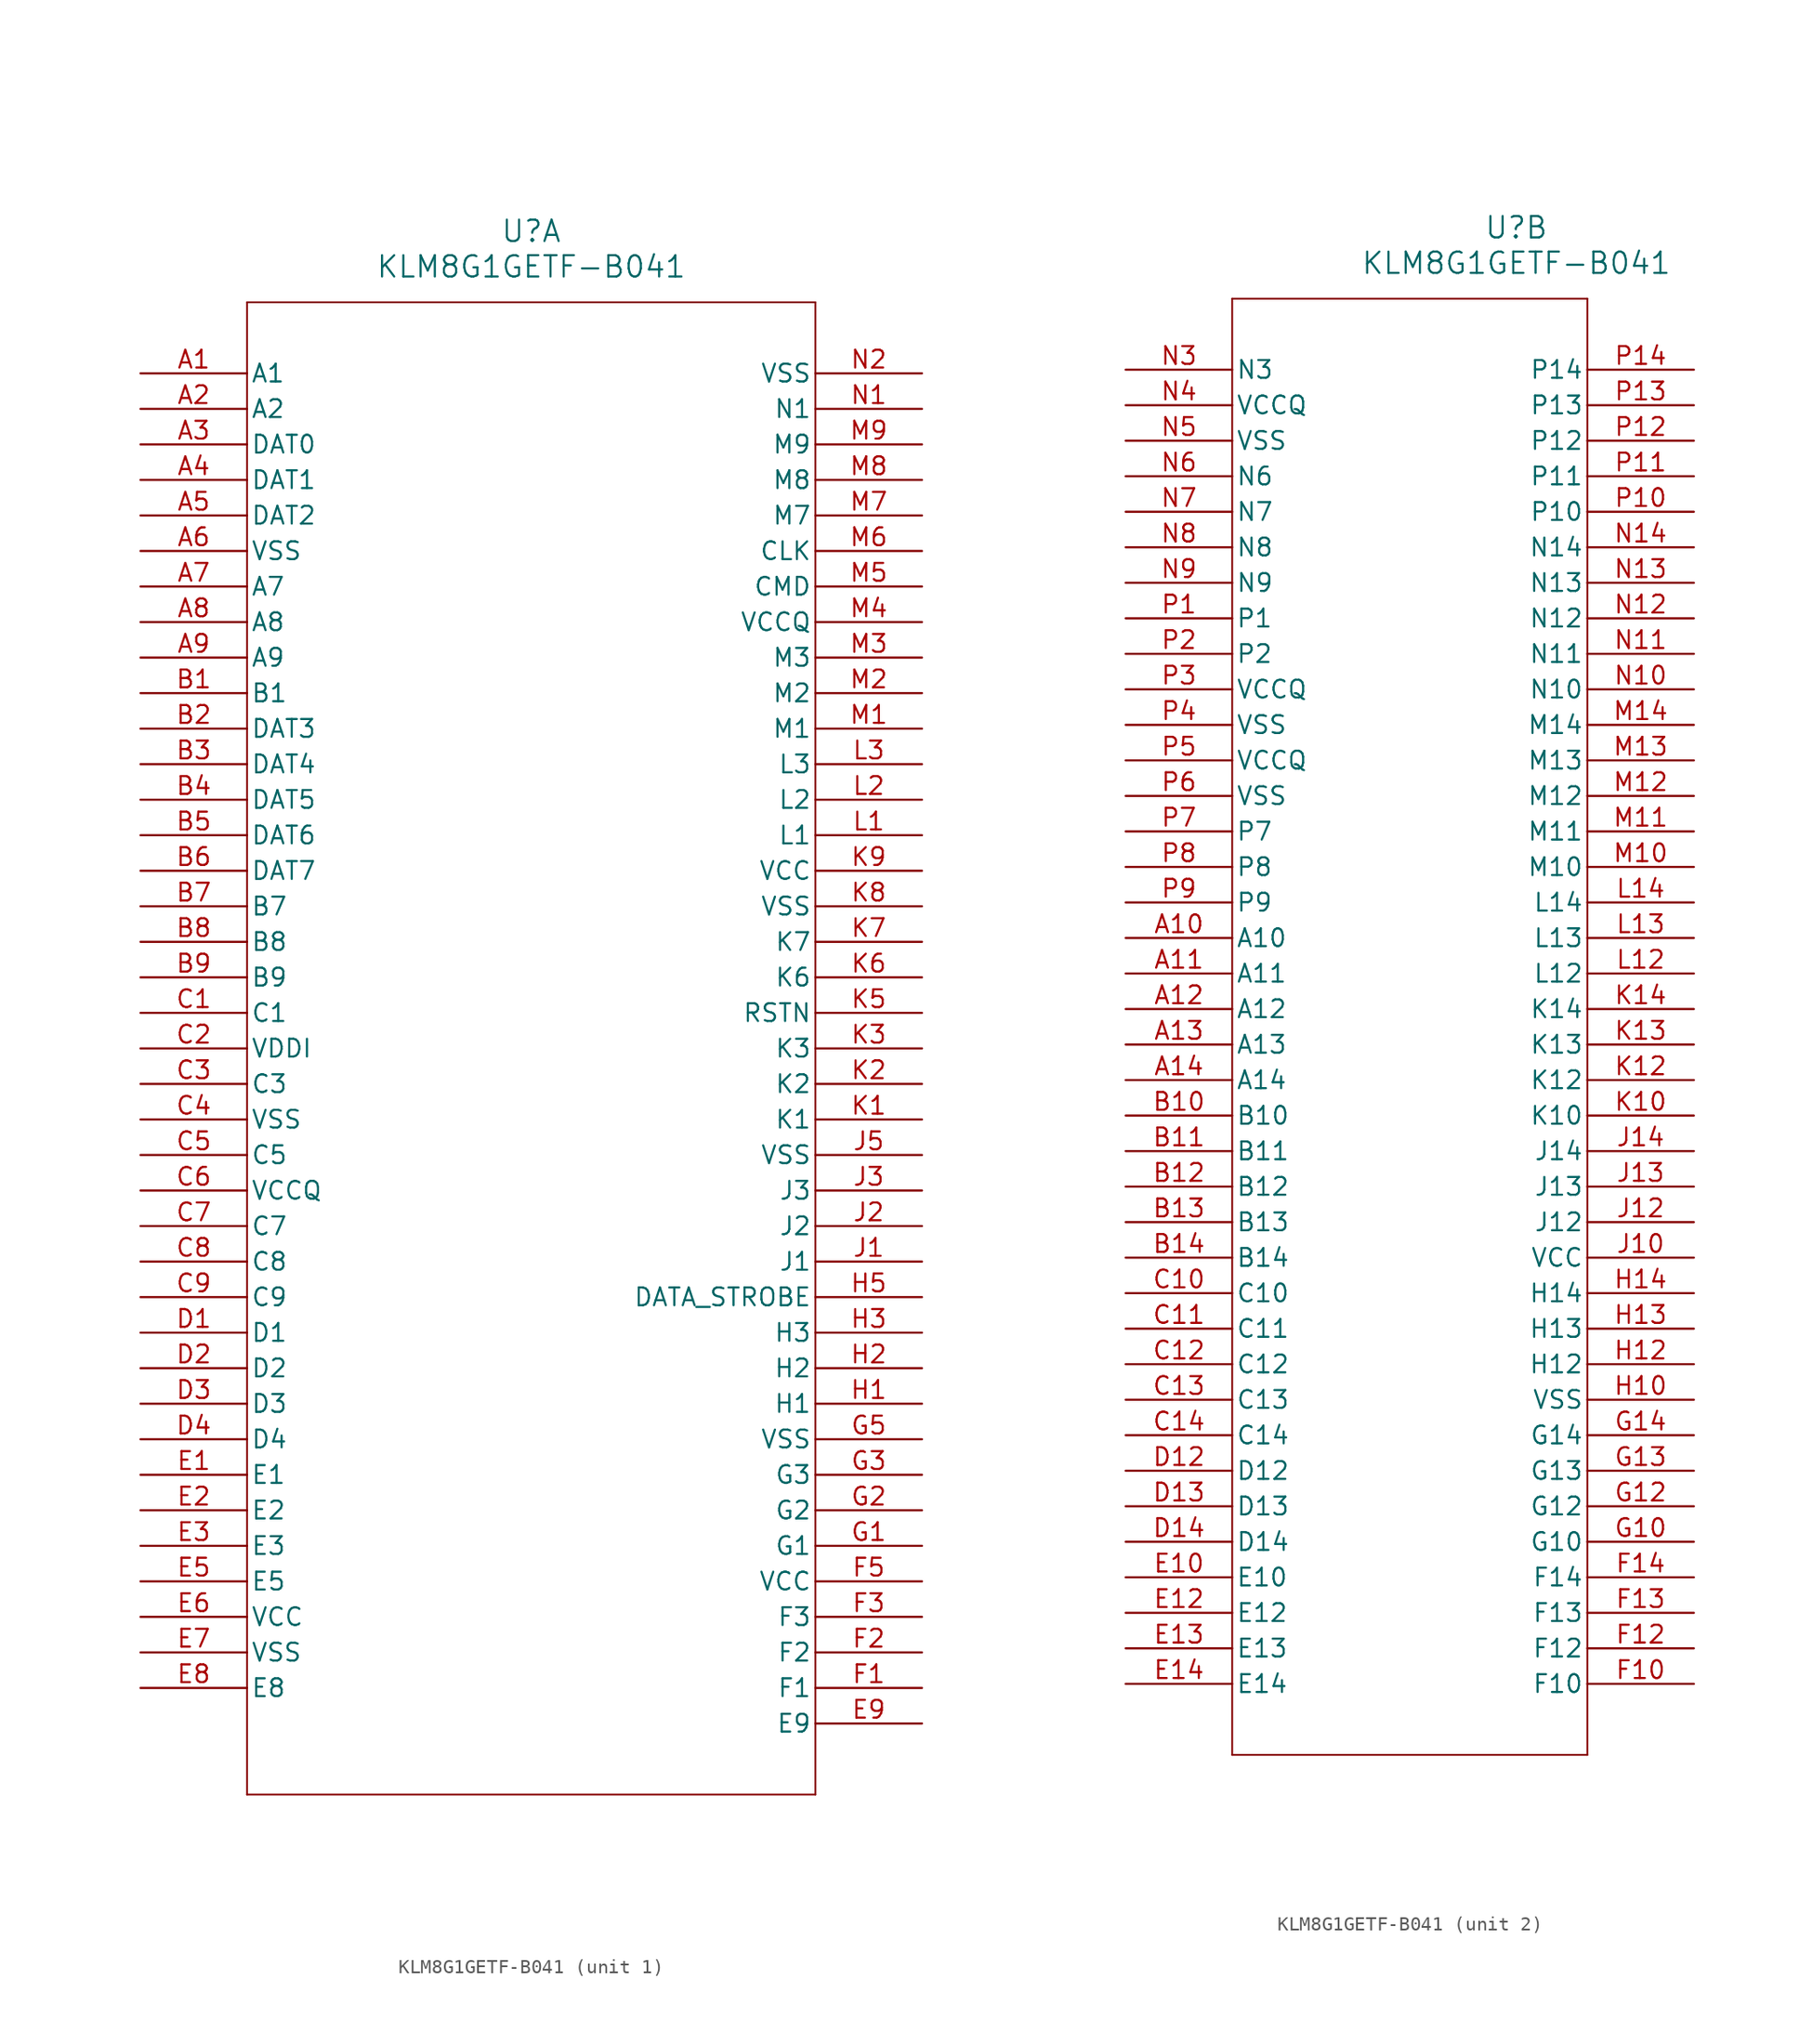
<source format=kicad_sym>
(kicad_symbol_lib
  (version 20211014)
  (generator kicad_symbol_editor)
  (symbol "KLM8G1GETF-B041"
    (pin_names
      (offset 0.254))
    (property "Reference" "U"
      (at 27.94 10.16 0)
      (effects (font (size 1.524 1.524))))
    (property "Value" "KLM8G1GETF-B041"
      (at 27.94 7.62 0)
      (effects (font (size 1.524 1.524))))
    (symbol "KLM8G1GETF-B041_1_1"
      (polyline (pts (xy 7.62 5.08) (xy 7.62 -101.6)) (stroke (width 0.127) (type default) (color 0 0 0 0)) (fill (type none)))
      (polyline (pts (xy 7.62 -101.6) (xy 48.26 -101.6)) (stroke (width 0.127) (type default) (color 0 0 0 0)) (fill (type none)))
      (polyline (pts (xy 48.26 -101.6) (xy 48.26 5.08)) (stroke (width 0.127) (type default) (color 0 0 0 0)) (fill (type none)))
      (polyline (pts (xy 48.26 5.08) (xy 7.62 5.08)) (stroke (width 0.127) (type default) (color 0 0 0 0)) (fill (type none)))
      (pin bidirectional line (at 0 0 0) (length 7.62) (name "A1" (effects (font (size 1.27 1.27)))) (number "A1" (effects (font (size 1.27 1.27)))))
      (pin bidirectional line (at 0 -2.54 0) (length 7.62) (name "A2" (effects (font (size 1.27 1.27)))) (number "A2" (effects (font (size 1.27 1.27)))))
      (pin bidirectional line (at 0 -5.08 0) (length 7.62) (name "DAT0" (effects (font (size 1.27 1.27)))) (number "A3" (effects (font (size 1.27 1.27)))))
      (pin bidirectional line (at 0 -7.62 0) (length 7.62) (name "DAT1" (effects (font (size 1.27 1.27)))) (number "A4" (effects (font (size 1.27 1.27)))))
      (pin bidirectional line (at 0 -10.16 0) (length 7.62) (name "DAT2" (effects (font (size 1.27 1.27)))) (number "A5" (effects (font (size 1.27 1.27)))))
      (pin power_out line (at 0 -12.7 0) (length 7.62) (name "VSS" (effects (font (size 1.27 1.27)))) (number "A6" (effects (font (size 1.27 1.27)))))
      (pin bidirectional line (at 0 -15.24 0) (length 7.62) (name "A7" (effects (font (size 1.27 1.27)))) (number "A7" (effects (font (size 1.27 1.27)))))
      (pin bidirectional line (at 0 -17.78 0) (length 7.62) (name "A8" (effects (font (size 1.27 1.27)))) (number "A8" (effects (font (size 1.27 1.27)))))
      (pin bidirectional line (at 0 -20.32 0) (length 7.62) (name "A9" (effects (font (size 1.27 1.27)))) (number "A9" (effects (font (size 1.27 1.27)))))
      (pin bidirectional line (at 0 -22.86 0) (length 7.62) (name "B1" (effects (font (size 1.27 1.27)))) (number "B1" (effects (font (size 1.27 1.27)))))
      (pin bidirectional line (at 0 -25.4 0) (length 7.62) (name "DAT3" (effects (font (size 1.27 1.27)))) (number "B2" (effects (font (size 1.27 1.27)))))
      (pin bidirectional line (at 0 -27.94 0) (length 7.62) (name "DAT4" (effects (font (size 1.27 1.27)))) (number "B3" (effects (font (size 1.27 1.27)))))
      (pin bidirectional line (at 0 -30.48 0) (length 7.62) (name "DAT5" (effects (font (size 1.27 1.27)))) (number "B4" (effects (font (size 1.27 1.27)))))
      (pin bidirectional line (at 0 -33.02 0) (length 7.62) (name "DAT6" (effects (font (size 1.27 1.27)))) (number "B5" (effects (font (size 1.27 1.27)))))
      (pin bidirectional line (at 0 -35.56 0) (length 7.62) (name "DAT7" (effects (font (size 1.27 1.27)))) (number "B6" (effects (font (size 1.27 1.27)))))
      (pin bidirectional line (at 0 -38.1 0) (length 7.62) (name "B7" (effects (font (size 1.27 1.27)))) (number "B7" (effects (font (size 1.27 1.27)))))
      (pin bidirectional line (at 0 -40.64 0) (length 7.62) (name "B8" (effects (font (size 1.27 1.27)))) (number "B8" (effects (font (size 1.27 1.27)))))
      (pin bidirectional line (at 0 -43.18 0) (length 7.62) (name "B9" (effects (font (size 1.27 1.27)))) (number "B9" (effects (font (size 1.27 1.27)))))
      (pin bidirectional line (at 0 -45.72 0) (length 7.62) (name "C1" (effects (font (size 1.27 1.27)))) (number "C1" (effects (font (size 1.27 1.27)))))
      (pin power_in line (at 0 -48.26 0) (length 7.62) (name "VDDI" (effects (font (size 1.27 1.27)))) (number "C2" (effects (font (size 1.27 1.27)))))
      (pin bidirectional line (at 0 -50.8 0) (length 7.62) (name "C3" (effects (font (size 1.27 1.27)))) (number "C3" (effects (font (size 1.27 1.27)))))
      (pin power_out line (at 0 -53.34 0) (length 7.62) (name "VSS" (effects (font (size 1.27 1.27)))) (number "C4" (effects (font (size 1.27 1.27)))))
      (pin bidirectional line (at 0 -55.88 0) (length 7.62) (name "C5" (effects (font (size 1.27 1.27)))) (number "C5" (effects (font (size 1.27 1.27)))))
      (pin power_in line (at 0 -58.42 0) (length 7.62) (name "VCCQ" (effects (font (size 1.27 1.27)))) (number "C6" (effects (font (size 1.27 1.27)))))
      (pin bidirectional line (at 0 -60.96 0) (length 7.62) (name "C7" (effects (font (size 1.27 1.27)))) (number "C7" (effects (font (size 1.27 1.27)))))
      (pin bidirectional line (at 0 -63.5 0) (length 7.62) (name "C8" (effects (font (size 1.27 1.27)))) (number "C8" (effects (font (size 1.27 1.27)))))
      (pin bidirectional line (at 0 -66.04 0) (length 7.62) (name "C9" (effects (font (size 1.27 1.27)))) (number "C9" (effects (font (size 1.27 1.27)))))
      (pin bidirectional line (at 0 -68.58 0) (length 7.62) (name "D1" (effects (font (size 1.27 1.27)))) (number "D1" (effects (font (size 1.27 1.27)))))
      (pin bidirectional line (at 0 -71.12 0) (length 7.62) (name "D2" (effects (font (size 1.27 1.27)))) (number "D2" (effects (font (size 1.27 1.27)))))
      (pin bidirectional line (at 0 -73.66 0) (length 7.62) (name "D3" (effects (font (size 1.27 1.27)))) (number "D3" (effects (font (size 1.27 1.27)))))
      (pin bidirectional line (at 0 -76.2 0) (length 7.62) (name "D4" (effects (font (size 1.27 1.27)))) (number "D4" (effects (font (size 1.27 1.27)))))
      (pin bidirectional line (at 0 -78.74 0) (length 7.62) (name "E1" (effects (font (size 1.27 1.27)))) (number "E1" (effects (font (size 1.27 1.27)))))
      (pin bidirectional line (at 0 -81.28 0) (length 7.62) (name "E2" (effects (font (size 1.27 1.27)))) (number "E2" (effects (font (size 1.27 1.27)))))
      (pin bidirectional line (at 0 -83.82 0) (length 7.62) (name "E3" (effects (font (size 1.27 1.27)))) (number "E3" (effects (font (size 1.27 1.27)))))
      (pin bidirectional line (at 0 -86.36 0) (length 7.62) (name "E5" (effects (font (size 1.27 1.27)))) (number "E5" (effects (font (size 1.27 1.27)))))
      (pin power_in line (at 0 -88.9 0) (length 7.62) (name "VCC" (effects (font (size 1.27 1.27)))) (number "E6" (effects (font (size 1.27 1.27)))))
      (pin power_out line (at 0 -91.44 0) (length 7.62) (name "VSS" (effects (font (size 1.27 1.27)))) (number "E7" (effects (font (size 1.27 1.27)))))
      (pin bidirectional line (at 0 -93.98 0) (length 7.62) (name "E8" (effects (font (size 1.27 1.27)))) (number "E8" (effects (font (size 1.27 1.27)))))
      (pin bidirectional line (at 55.88 -96.52 180) (length 7.62) (name "E9" (effects (font (size 1.27 1.27)))) (number "E9" (effects (font (size 1.27 1.27)))))
      (pin bidirectional line (at 55.88 -93.98 180) (length 7.62) (name "F1" (effects (font (size 1.27 1.27)))) (number "F1" (effects (font (size 1.27 1.27)))))
      (pin bidirectional line (at 55.88 -91.44 180) (length 7.62) (name "F2" (effects (font (size 1.27 1.27)))) (number "F2" (effects (font (size 1.27 1.27)))))
      (pin bidirectional line (at 55.88 -88.9 180) (length 7.62) (name "F3" (effects (font (size 1.27 1.27)))) (number "F3" (effects (font (size 1.27 1.27)))))
      (pin power_in line (at 55.88 -86.36 180) (length 7.62) (name "VCC" (effects (font (size 1.27 1.27)))) (number "F5" (effects (font (size 1.27 1.27)))))
      (pin bidirectional line (at 55.88 -83.82 180) (length 7.62) (name "G1" (effects (font (size 1.27 1.27)))) (number "G1" (effects (font (size 1.27 1.27)))))
      (pin bidirectional line (at 55.88 -81.28 180) (length 7.62) (name "G2" (effects (font (size 1.27 1.27)))) (number "G2" (effects (font (size 1.27 1.27)))))
      (pin bidirectional line (at 55.88 -78.74 180) (length 7.62) (name "G3" (effects (font (size 1.27 1.27)))) (number "G3" (effects (font (size 1.27 1.27)))))
      (pin power_out line (at 55.88 -76.2 180) (length 7.62) (name "VSS" (effects (font (size 1.27 1.27)))) (number "G5" (effects (font (size 1.27 1.27)))))
      (pin bidirectional line (at 55.88 -73.66 180) (length 7.62) (name "H1" (effects (font (size 1.27 1.27)))) (number "H1" (effects (font (size 1.27 1.27)))))
      (pin bidirectional line (at 55.88 -71.12 180) (length 7.62) (name "H2" (effects (font (size 1.27 1.27)))) (number "H2" (effects (font (size 1.27 1.27)))))
      (pin bidirectional line (at 55.88 -68.58 180) (length 7.62) (name "H3" (effects (font (size 1.27 1.27)))) (number "H3" (effects (font (size 1.27 1.27)))))
      (pin unspecified line (at 55.88 -66.04 180) (length 7.62) (name "DATA STROBE" (effects (font (size 1.27 1.27)))) (number "H5" (effects (font (size 1.27 1.27)))))
      (pin bidirectional line (at 55.88 -63.5 180) (length 7.62) (name "J1" (effects (font (size 1.27 1.27)))) (number "J1" (effects (font (size 1.27 1.27)))))
      (pin bidirectional line (at 55.88 -60.96 180) (length 7.62) (name "J2" (effects (font (size 1.27 1.27)))) (number "J2" (effects (font (size 1.27 1.27)))))
      (pin bidirectional line (at 55.88 -58.42 180) (length 7.62) (name "J3" (effects (font (size 1.27 1.27)))) (number "J3" (effects (font (size 1.27 1.27)))))
      (pin power_out line (at 55.88 -55.88 180) (length 7.62) (name "VSS" (effects (font (size 1.27 1.27)))) (number "J5" (effects (font (size 1.27 1.27)))))
      (pin bidirectional line (at 55.88 -53.34 180) (length 7.62) (name "K1" (effects (font (size 1.27 1.27)))) (number "K1" (effects (font (size 1.27 1.27)))))
      (pin bidirectional line (at 55.88 -50.8 180) (length 7.62) (name "K2" (effects (font (size 1.27 1.27)))) (number "K2" (effects (font (size 1.27 1.27)))))
      (pin bidirectional line (at 55.88 -48.26 180) (length 7.62) (name "K3" (effects (font (size 1.27 1.27)))) (number "K3" (effects (font (size 1.27 1.27)))))
      (pin unspecified line (at 55.88 -45.72 180) (length 7.62) (name "RSTN" (effects (font (size 1.27 1.27)))) (number "K5" (effects (font (size 1.27 1.27)))))
      (pin bidirectional line (at 55.88 -43.18 180) (length 7.62) (name "K6" (effects (font (size 1.27 1.27)))) (number "K6" (effects (font (size 1.27 1.27)))))
      (pin bidirectional line (at 55.88 -40.64 180) (length 7.62) (name "K7" (effects (font (size 1.27 1.27)))) (number "K7" (effects (font (size 1.27 1.27)))))
      (pin power_out line (at 55.88 -38.1 180) (length 7.62) (name "VSS" (effects (font (size 1.27 1.27)))) (number "K8" (effects (font (size 1.27 1.27)))))
      (pin power_in line (at 55.88 -35.56 180) (length 7.62) (name "VCC" (effects (font (size 1.27 1.27)))) (number "K9" (effects (font (size 1.27 1.27)))))
      (pin bidirectional line (at 55.88 -33.02 180) (length 7.62) (name "L1" (effects (font (size 1.27 1.27)))) (number "L1" (effects (font (size 1.27 1.27)))))
      (pin bidirectional line (at 55.88 -30.48 180) (length 7.62) (name "L2" (effects (font (size 1.27 1.27)))) (number "L2" (effects (font (size 1.27 1.27)))))
      (pin bidirectional line (at 55.88 -27.94 180) (length 7.62) (name "L3" (effects (font (size 1.27 1.27)))) (number "L3" (effects (font (size 1.27 1.27)))))
      (pin bidirectional line (at 55.88 -25.4 180) (length 7.62) (name "M1" (effects (font (size 1.27 1.27)))) (number "M1" (effects (font (size 1.27 1.27)))))
      (pin bidirectional line (at 55.88 -22.86 180) (length 7.62) (name "M2" (effects (font (size 1.27 1.27)))) (number "M2" (effects (font (size 1.27 1.27)))))
      (pin bidirectional line (at 55.88 -20.32 180) (length 7.62) (name "M3" (effects (font (size 1.27 1.27)))) (number "M3" (effects (font (size 1.27 1.27)))))
      (pin power_in line (at 55.88 -17.78 180) (length 7.62) (name "VCCQ" (effects (font (size 1.27 1.27)))) (number "M4" (effects (font (size 1.27 1.27)))))
      (pin unspecified line (at 55.88 -15.24 180) (length 7.62) (name "CMD" (effects (font (size 1.27 1.27)))) (number "M5" (effects (font (size 1.27 1.27)))))
      (pin unspecified line (at 55.88 -12.7 180) (length 7.62) (name "CLK" (effects (font (size 1.27 1.27)))) (number "M6" (effects (font (size 1.27 1.27)))))
      (pin bidirectional line (at 55.88 -10.16 180) (length 7.62) (name "M7" (effects (font (size 1.27 1.27)))) (number "M7" (effects (font (size 1.27 1.27)))))
      (pin bidirectional line (at 55.88 -7.62 180) (length 7.62) (name "M8" (effects (font (size 1.27 1.27)))) (number "M8" (effects (font (size 1.27 1.27)))))
      (pin bidirectional line (at 55.88 -5.08 180) (length 7.62) (name "M9" (effects (font (size 1.27 1.27)))) (number "M9" (effects (font (size 1.27 1.27)))))
      (pin bidirectional line (at 55.88 -2.54 180) (length 7.62) (name "N1" (effects (font (size 1.27 1.27)))) (number "N1" (effects (font (size 1.27 1.27)))))
      (pin power_out line (at 55.88 0 180) (length 7.62) (name "VSS" (effects (font (size 1.27 1.27)))) (number "N2" (effects (font (size 1.27 1.27))))))
    (symbol "KLM8G1GETF-B041_2_1"
      (polyline (pts (xy 7.62 5.08) (xy 7.62 -99.06)) (stroke (width 0.127) (type default) (color 0 0 0 0)) (fill (type none)))
      (polyline (pts (xy 7.62 -99.06) (xy 33.02 -99.06)) (stroke (width 0.127) (type default) (color 0 0 0 0)) (fill (type none)))
      (polyline (pts (xy 33.02 -99.06) (xy 33.02 5.08)) (stroke (width 0.127) (type default) (color 0 0 0 0)) (fill (type none)))
      (polyline (pts (xy 33.02 5.08) (xy 7.62 5.08)) (stroke (width 0.127) (type default) (color 0 0 0 0)) (fill (type none)))
      (pin bidirectional line (at 0 0 0) (length 7.62) (name "N3" (effects (font (size 1.27 1.27)))) (number "N3" (effects (font (size 1.27 1.27)))))
      (pin power_in line (at 0 -2.54 0) (length 7.62) (name "VCCQ" (effects (font (size 1.27 1.27)))) (number "N4" (effects (font (size 1.27 1.27)))))
      (pin power_out line (at 0 -5.08 0) (length 7.62) (name "VSS" (effects (font (size 1.27 1.27)))) (number "N5" (effects (font (size 1.27 1.27)))))
      (pin bidirectional line (at 0 -7.62 0) (length 7.62) (name "N6" (effects (font (size 1.27 1.27)))) (number "N6" (effects (font (size 1.27 1.27)))))
      (pin bidirectional line (at 0 -10.16 0) (length 7.62) (name "N7" (effects (font (size 1.27 1.27)))) (number "N7" (effects (font (size 1.27 1.27)))))
      (pin bidirectional line (at 0 -12.7 0) (length 7.62) (name "N8" (effects (font (size 1.27 1.27)))) (number "N8" (effects (font (size 1.27 1.27)))))
      (pin bidirectional line (at 0 -15.24 0) (length 7.62) (name "N9" (effects (font (size 1.27 1.27)))) (number "N9" (effects (font (size 1.27 1.27)))))
      (pin bidirectional line (at 0 -17.78 0) (length 7.62) (name "P1" (effects (font (size 1.27 1.27)))) (number "P1" (effects (font (size 1.27 1.27)))))
      (pin bidirectional line (at 0 -20.32 0) (length 7.62) (name "P2" (effects (font (size 1.27 1.27)))) (number "P2" (effects (font (size 1.27 1.27)))))
      (pin power_in line (at 0 -22.86 0) (length 7.62) (name "VCCQ" (effects (font (size 1.27 1.27)))) (number "P3" (effects (font (size 1.27 1.27)))))
      (pin power_out line (at 0 -25.4 0) (length 7.62) (name "VSS" (effects (font (size 1.27 1.27)))) (number "P4" (effects (font (size 1.27 1.27)))))
      (pin power_in line (at 0 -27.94 0) (length 7.62) (name "VCCQ" (effects (font (size 1.27 1.27)))) (number "P5" (effects (font (size 1.27 1.27)))))
      (pin power_out line (at 0 -30.48 0) (length 7.62) (name "VSS" (effects (font (size 1.27 1.27)))) (number "P6" (effects (font (size 1.27 1.27)))))
      (pin bidirectional line (at 0 -33.02 0) (length 7.62) (name "P7" (effects (font (size 1.27 1.27)))) (number "P7" (effects (font (size 1.27 1.27)))))
      (pin bidirectional line (at 0 -35.56 0) (length 7.62) (name "P8" (effects (font (size 1.27 1.27)))) (number "P8" (effects (font (size 1.27 1.27)))))
      (pin bidirectional line (at 0 -38.1 0) (length 7.62) (name "P9" (effects (font (size 1.27 1.27)))) (number "P9" (effects (font (size 1.27 1.27)))))
      (pin bidirectional line (at 0 -40.64 0) (length 7.62) (name "A10" (effects (font (size 1.27 1.27)))) (number "A10" (effects (font (size 1.27 1.27)))))
      (pin bidirectional line (at 0 -43.18 0) (length 7.62) (name "A11" (effects (font (size 1.27 1.27)))) (number "A11" (effects (font (size 1.27 1.27)))))
      (pin bidirectional line (at 0 -45.72 0) (length 7.62) (name "A12" (effects (font (size 1.27 1.27)))) (number "A12" (effects (font (size 1.27 1.27)))))
      (pin bidirectional line (at 0 -48.26 0) (length 7.62) (name "A13" (effects (font (size 1.27 1.27)))) (number "A13" (effects (font (size 1.27 1.27)))))
      (pin bidirectional line (at 0 -50.8 0) (length 7.62) (name "A14" (effects (font (size 1.27 1.27)))) (number "A14" (effects (font (size 1.27 1.27)))))
      (pin bidirectional line (at 0 -53.34 0) (length 7.62) (name "B10" (effects (font (size 1.27 1.27)))) (number "B10" (effects (font (size 1.27 1.27)))))
      (pin bidirectional line (at 0 -55.88 0) (length 7.62) (name "B11" (effects (font (size 1.27 1.27)))) (number "B11" (effects (font (size 1.27 1.27)))))
      (pin bidirectional line (at 0 -58.42 0) (length 7.62) (name "B12" (effects (font (size 1.27 1.27)))) (number "B12" (effects (font (size 1.27 1.27)))))
      (pin bidirectional line (at 0 -60.96 0) (length 7.62) (name "B13" (effects (font (size 1.27 1.27)))) (number "B13" (effects (font (size 1.27 1.27)))))
      (pin bidirectional line (at 0 -63.5 0) (length 7.62) (name "B14" (effects (font (size 1.27 1.27)))) (number "B14" (effects (font (size 1.27 1.27)))))
      (pin bidirectional line (at 0 -66.04 0) (length 7.62) (name "C10" (effects (font (size 1.27 1.27)))) (number "C10" (effects (font (size 1.27 1.27)))))
      (pin bidirectional line (at 0 -68.58 0) (length 7.62) (name "C11" (effects (font (size 1.27 1.27)))) (number "C11" (effects (font (size 1.27 1.27)))))
      (pin bidirectional line (at 0 -71.12 0) (length 7.62) (name "C12" (effects (font (size 1.27 1.27)))) (number "C12" (effects (font (size 1.27 1.27)))))
      (pin bidirectional line (at 0 -73.66 0) (length 7.62) (name "C13" (effects (font (size 1.27 1.27)))) (number "C13" (effects (font (size 1.27 1.27)))))
      (pin bidirectional line (at 0 -76.2 0) (length 7.62) (name "C14" (effects (font (size 1.27 1.27)))) (number "C14" (effects (font (size 1.27 1.27)))))
      (pin bidirectional line (at 0 -78.74 0) (length 7.62) (name "D12" (effects (font (size 1.27 1.27)))) (number "D12" (effects (font (size 1.27 1.27)))))
      (pin bidirectional line (at 0 -81.28 0) (length 7.62) (name "D13" (effects (font (size 1.27 1.27)))) (number "D13" (effects (font (size 1.27 1.27)))))
      (pin bidirectional line (at 0 -83.82 0) (length 7.62) (name "D14" (effects (font (size 1.27 1.27)))) (number "D14" (effects (font (size 1.27 1.27)))))
      (pin bidirectional line (at 0 -86.36 0) (length 7.62) (name "E10" (effects (font (size 1.27 1.27)))) (number "E10" (effects (font (size 1.27 1.27)))))
      (pin bidirectional line (at 0 -88.9 0) (length 7.62) (name "E12" (effects (font (size 1.27 1.27)))) (number "E12" (effects (font (size 1.27 1.27)))))
      (pin bidirectional line (at 0 -91.44 0) (length 7.62) (name "E13" (effects (font (size 1.27 1.27)))) (number "E13" (effects (font (size 1.27 1.27)))))
      (pin bidirectional line (at 0 -93.98 0) (length 7.62) (name "E14" (effects (font (size 1.27 1.27)))) (number "E14" (effects (font (size 1.27 1.27)))))
      (pin bidirectional line (at 40.64 -93.98 180) (length 7.62) (name "F10" (effects (font (size 1.27 1.27)))) (number "F10" (effects (font (size 1.27 1.27)))))
      (pin bidirectional line (at 40.64 -91.44 180) (length 7.62) (name "F12" (effects (font (size 1.27 1.27)))) (number "F12" (effects (font (size 1.27 1.27)))))
      (pin bidirectional line (at 40.64 -88.9 180) (length 7.62) (name "F13" (effects (font (size 1.27 1.27)))) (number "F13" (effects (font (size 1.27 1.27)))))
      (pin bidirectional line (at 40.64 -86.36 180) (length 7.62) (name "F14" (effects (font (size 1.27 1.27)))) (number "F14" (effects (font (size 1.27 1.27)))))
      (pin bidirectional line (at 40.64 -83.82 180) (length 7.62) (name "G10" (effects (font (size 1.27 1.27)))) (number "G10" (effects (font (size 1.27 1.27)))))
      (pin bidirectional line (at 40.64 -81.28 180) (length 7.62) (name "G12" (effects (font (size 1.27 1.27)))) (number "G12" (effects (font (size 1.27 1.27)))))
      (pin bidirectional line (at 40.64 -78.74 180) (length 7.62) (name "G13" (effects (font (size 1.27 1.27)))) (number "G13" (effects (font (size 1.27 1.27)))))
      (pin bidirectional line (at 40.64 -76.2 180) (length 7.62) (name "G14" (effects (font (size 1.27 1.27)))) (number "G14" (effects (font (size 1.27 1.27)))))
      (pin power_out line (at 40.64 -73.66 180) (length 7.62) (name "VSS" (effects (font (size 1.27 1.27)))) (number "H10" (effects (font (size 1.27 1.27)))))
      (pin bidirectional line (at 40.64 -71.12 180) (length 7.62) (name "H12" (effects (font (size 1.27 1.27)))) (number "H12" (effects (font (size 1.27 1.27)))))
      (pin bidirectional line (at 40.64 -68.58 180) (length 7.62) (name "H13" (effects (font (size 1.27 1.27)))) (number "H13" (effects (font (size 1.27 1.27)))))
      (pin bidirectional line (at 40.64 -66.04 180) (length 7.62) (name "H14" (effects (font (size 1.27 1.27)))) (number "H14" (effects (font (size 1.27 1.27)))))
      (pin power_in line (at 40.64 -63.5 180) (length 7.62) (name "VCC" (effects (font (size 1.27 1.27)))) (number "J10" (effects (font (size 1.27 1.27)))))
      (pin bidirectional line (at 40.64 -60.96 180) (length 7.62) (name "J12" (effects (font (size 1.27 1.27)))) (number "J12" (effects (font (size 1.27 1.27)))))
      (pin bidirectional line (at 40.64 -58.42 180) (length 7.62) (name "J13" (effects (font (size 1.27 1.27)))) (number "J13" (effects (font (size 1.27 1.27)))))
      (pin bidirectional line (at 40.64 -55.88 180) (length 7.62) (name "J14" (effects (font (size 1.27 1.27)))) (number "J14" (effects (font (size 1.27 1.27)))))
      (pin bidirectional line (at 40.64 -53.34 180) (length 7.62) (name "K10" (effects (font (size 1.27 1.27)))) (number "K10" (effects (font (size 1.27 1.27)))))
      (pin bidirectional line (at 40.64 -50.8 180) (length 7.62) (name "K12" (effects (font (size 1.27 1.27)))) (number "K12" (effects (font (size 1.27 1.27)))))
      (pin bidirectional line (at 40.64 -48.26 180) (length 7.62) (name "K13" (effects (font (size 1.27 1.27)))) (number "K13" (effects (font (size 1.27 1.27)))))
      (pin bidirectional line (at 40.64 -45.72 180) (length 7.62) (name "K14" (effects (font (size 1.27 1.27)))) (number "K14" (effects (font (size 1.27 1.27)))))
      (pin bidirectional line (at 40.64 -43.18 180) (length 7.62) (name "L12" (effects (font (size 1.27 1.27)))) (number "L12" (effects (font (size 1.27 1.27)))))
      (pin bidirectional line (at 40.64 -40.64 180) (length 7.62) (name "L13" (effects (font (size 1.27 1.27)))) (number "L13" (effects (font (size 1.27 1.27)))))
      (pin bidirectional line (at 40.64 -38.1 180) (length 7.62) (name "L14" (effects (font (size 1.27 1.27)))) (number "L14" (effects (font (size 1.27 1.27)))))
      (pin bidirectional line (at 40.64 -35.56 180) (length 7.62) (name "M10" (effects (font (size 1.27 1.27)))) (number "M10" (effects (font (size 1.27 1.27)))))
      (pin bidirectional line (at 40.64 -33.02 180) (length 7.62) (name "M11" (effects (font (size 1.27 1.27)))) (number "M11" (effects (font (size 1.27 1.27)))))
      (pin bidirectional line (at 40.64 -30.48 180) (length 7.62) (name "M12" (effects (font (size 1.27 1.27)))) (number "M12" (effects (font (size 1.27 1.27)))))
      (pin bidirectional line (at 40.64 -27.94 180) (length 7.62) (name "M13" (effects (font (size 1.27 1.27)))) (number "M13" (effects (font (size 1.27 1.27)))))
      (pin bidirectional line (at 40.64 -25.4 180) (length 7.62) (name "M14" (effects (font (size 1.27 1.27)))) (number "M14" (effects (font (size 1.27 1.27)))))
      (pin bidirectional line (at 40.64 -22.86 180) (length 7.62) (name "N10" (effects (font (size 1.27 1.27)))) (number "N10" (effects (font (size 1.27 1.27)))))
      (pin bidirectional line (at 40.64 -20.32 180) (length 7.62) (name "N11" (effects (font (size 1.27 1.27)))) (number "N11" (effects (font (size 1.27 1.27)))))
      (pin bidirectional line (at 40.64 -17.78 180) (length 7.62) (name "N12" (effects (font (size 1.27 1.27)))) (number "N12" (effects (font (size 1.27 1.27)))))
      (pin bidirectional line (at 40.64 -15.24 180) (length 7.62) (name "N13" (effects (font (size 1.27 1.27)))) (number "N13" (effects (font (size 1.27 1.27)))))
      (pin bidirectional line (at 40.64 -12.7 180) (length 7.62) (name "N14" (effects (font (size 1.27 1.27)))) (number "N14" (effects (font (size 1.27 1.27)))))
      (pin bidirectional line (at 40.64 -10.16 180) (length 7.62) (name "P10" (effects (font (size 1.27 1.27)))) (number "P10" (effects (font (size 1.27 1.27)))))
      (pin bidirectional line (at 40.64 -7.62 180) (length 7.62) (name "P11" (effects (font (size 1.27 1.27)))) (number "P11" (effects (font (size 1.27 1.27)))))
      (pin bidirectional line (at 40.64 -5.08 180) (length 7.62) (name "P12" (effects (font (size 1.27 1.27)))) (number "P12" (effects (font (size 1.27 1.27)))))
      (pin bidirectional line (at 40.64 -2.54 180) (length 7.62) (name "P13" (effects (font (size 1.27 1.27)))) (number "P13" (effects (font (size 1.27 1.27)))))
      (pin bidirectional line (at 40.64 0 180) (length 7.62) (name "P14" (effects (font (size 1.27 1.27)))) (number "P14" (effects (font (size 1.27 1.27))))))))
</source>
